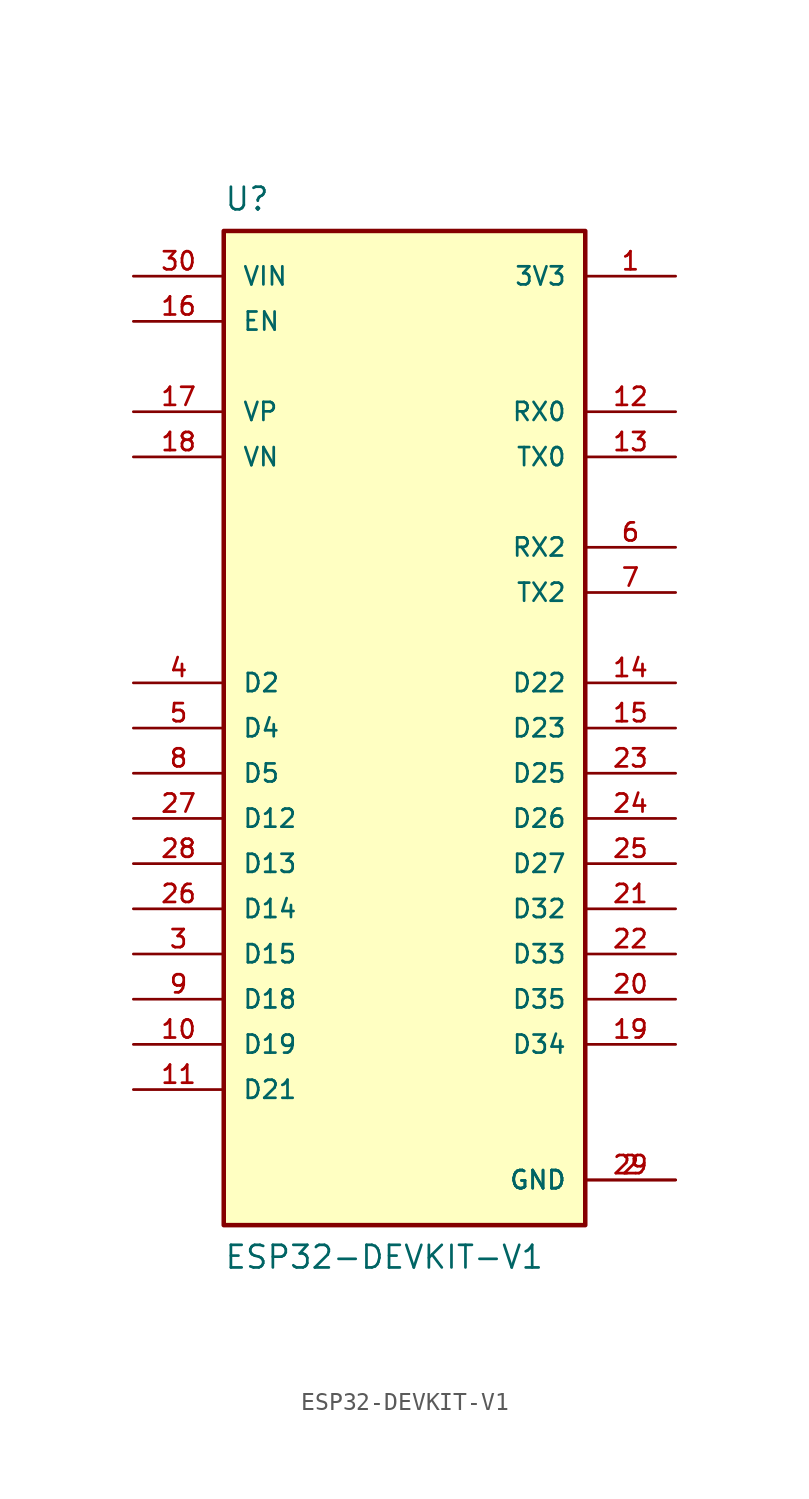
<source format=kicad_sym>
(kicad_symbol_lib
  (version 20231120)
  (generator "kicad_symbol_editor")
  (generator_version "8.0")
  (symbol "ESP32-DEVKIT-V1"
    (pin_names
      (offset 1.016))
    (property "Reference" "U"
      (at -10.16 30.48 0)
      (effects (font (size 1.27 1.27)) (justify left top)))
    (property "Value" "ESP32-DEVKIT-V1"
      (at -10.16 -30.48 0)
      (effects (font (size 1.27 1.27)) (justify left bottom)))
    (symbol "ESP32-DEVKIT-V1_0_0"
      (rectangle (start -10.16 27.94) (end 10.16 -27.94) (stroke (width 0.254) (type default)) (fill (type background)))
      (pin output line (at 15.24 25.4 180) (length 5.08) (name "3V3" (effects (font (size 1.016 1.016)))) (number "1" (effects (font (size 1.016 1.016)))))
      (pin bidirectional line (at -15.24 -17.78 0) (length 5.08) (name "D19" (effects (font (size 1.016 1.016)))) (number "10" (effects (font (size 1.016 1.016)))))
      (pin bidirectional line (at -15.24 -20.32 0) (length 5.08) (name "D21" (effects (font (size 1.016 1.016)))) (number "11" (effects (font (size 1.016 1.016)))))
      (pin input line (at 15.24 17.78 180) (length 5.08) (name "RX0" (effects (font (size 1.016 1.016)))) (number "12" (effects (font (size 1.016 1.016)))))
      (pin output line (at 15.24 15.24 180) (length 5.08) (name "TX0" (effects (font (size 1.016 1.016)))) (number "13" (effects (font (size 1.016 1.016)))))
      (pin bidirectional line (at 15.24 2.54 180) (length 5.08) (name "D22" (effects (font (size 1.016 1.016)))) (number "14" (effects (font (size 1.016 1.016)))))
      (pin bidirectional line (at 15.24 0 180) (length 5.08) (name "D23" (effects (font (size 1.016 1.016)))) (number "15" (effects (font (size 1.016 1.016)))))
      (pin input line (at -15.24 22.86 0) (length 5.08) (name "EN" (effects (font (size 1.016 1.016)))) (number "16" (effects (font (size 1.016 1.016)))))
      (pin bidirectional line (at -15.24 17.78 0) (length 5.08) (name "VP" (effects (font (size 1.016 1.016)))) (number "17" (effects (font (size 1.016 1.016)))))
      (pin bidirectional line (at -15.24 15.24 0) (length 5.08) (name "VN" (effects (font (size 1.016 1.016)))) (number "18" (effects (font (size 1.016 1.016)))))
      (pin bidirectional line (at 15.24 -17.78 180) (length 5.08) (name "D34" (effects (font (size 1.016 1.016)))) (number "19" (effects (font (size 1.016 1.016)))))
      (pin power_in line (at 15.24 -25.4 180) (length 5.08) (name "GND" (effects (font (size 1.016 1.016)))) (number "2" (effects (font (size 1.016 1.016)))))
      (pin bidirectional line (at 15.24 -15.24 180) (length 5.08) (name "D35" (effects (font (size 1.016 1.016)))) (number "20" (effects (font (size 1.016 1.016)))))
      (pin bidirectional line (at 15.24 -10.16 180) (length 5.08) (name "D32" (effects (font (size 1.016 1.016)))) (number "21" (effects (font (size 1.016 1.016)))))
      (pin bidirectional line (at 15.24 -12.7 180) (length 5.08) (name "D33" (effects (font (size 1.016 1.016)))) (number "22" (effects (font (size 1.016 1.016)))))
      (pin bidirectional line (at 15.24 -2.54 180) (length 5.08) (name "D25" (effects (font (size 1.016 1.016)))) (number "23" (effects (font (size 1.016 1.016)))))
      (pin bidirectional line (at 15.24 -5.08 180) (length 5.08) (name "D26" (effects (font (size 1.016 1.016)))) (number "24" (effects (font (size 1.016 1.016)))))
      (pin bidirectional line (at 15.24 -7.62 180) (length 5.08) (name "D27" (effects (font (size 1.016 1.016)))) (number "25" (effects (font (size 1.016 1.016)))))
      (pin bidirectional line (at -15.24 -10.16 0) (length 5.08) (name "D14" (effects (font (size 1.016 1.016)))) (number "26" (effects (font (size 1.016 1.016)))))
      (pin bidirectional line (at -15.24 -5.08 0) (length 5.08) (name "D12" (effects (font (size 1.016 1.016)))) (number "27" (effects (font (size 1.016 1.016)))))
      (pin bidirectional line (at -15.24 -7.62 0) (length 5.08) (name "D13" (effects (font (size 1.016 1.016)))) (number "28" (effects (font (size 1.016 1.016)))))
      (pin power_in line (at 15.24 -25.4 180) (length 5.08) (name "GND" (effects (font (size 1.016 1.016)))) (number "29" (effects (font (size 1.016 1.016)))))
      (pin bidirectional line (at -15.24 -12.7 0) (length 5.08) (name "D15" (effects (font (size 1.016 1.016)))) (number "3" (effects (font (size 1.016 1.016)))))
      (pin input line (at -15.24 25.4 0) (length 5.08) (name "VIN" (effects (font (size 1.016 1.016)))) (number "30" (effects (font (size 1.016 1.016)))))
      (pin bidirectional line (at -15.24 2.54 0) (length 5.08) (name "D2" (effects (font (size 1.016 1.016)))) (number "4" (effects (font (size 1.016 1.016)))))
      (pin bidirectional line (at -15.24 0 0) (length 5.08) (name "D4" (effects (font (size 1.016 1.016)))) (number "5" (effects (font (size 1.016 1.016)))))
      (pin input line (at 15.24 10.16 180) (length 5.08) (name "RX2" (effects (font (size 1.016 1.016)))) (number "6" (effects (font (size 1.016 1.016)))))
      (pin output line (at 15.24 7.62 180) (length 5.08) (name "TX2" (effects (font (size 1.016 1.016)))) (number "7" (effects (font (size 1.016 1.016)))))
      (pin bidirectional line (at -15.24 -2.54 0) (length 5.08) (name "D5" (effects (font (size 1.016 1.016)))) (number "8" (effects (font (size 1.016 1.016)))))
      (pin bidirectional line (at -15.24 -15.24 0) (length 5.08) (name "D18" (effects (font (size 1.016 1.016)))) (number "9" (effects (font (size 1.016 1.016))))))))
</source>
